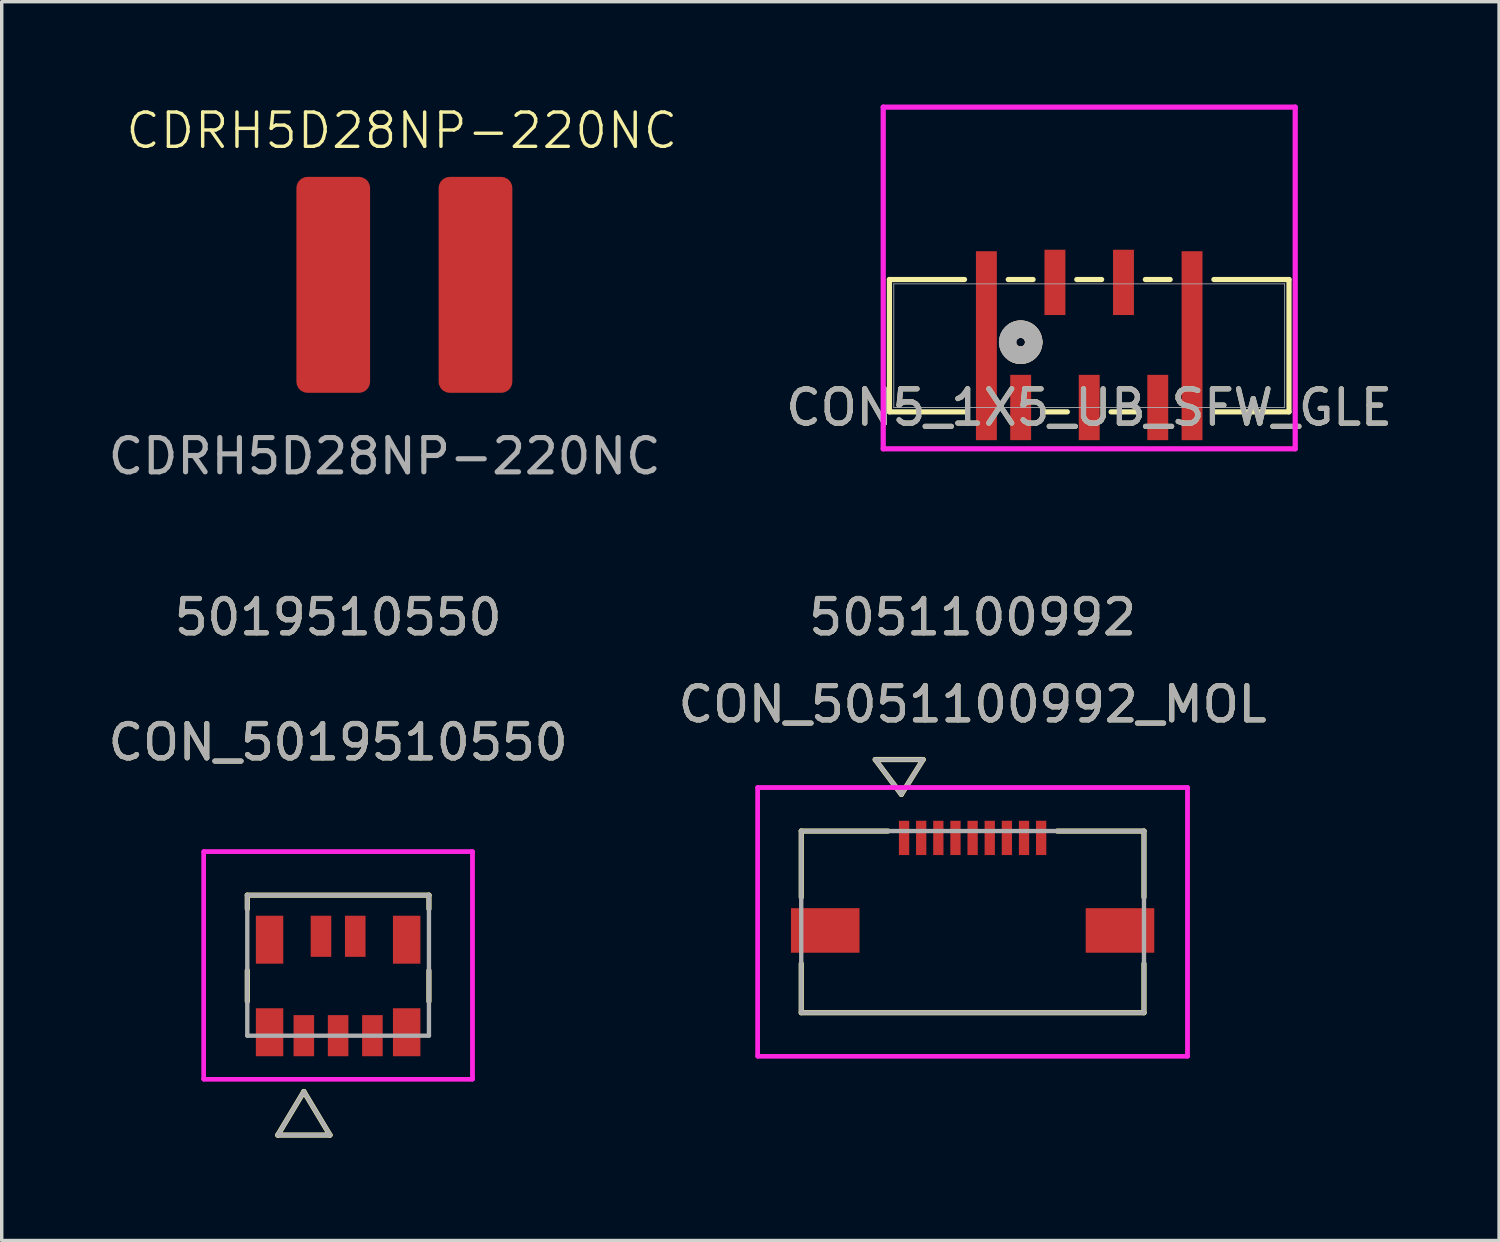
<source format=kicad_pcb>
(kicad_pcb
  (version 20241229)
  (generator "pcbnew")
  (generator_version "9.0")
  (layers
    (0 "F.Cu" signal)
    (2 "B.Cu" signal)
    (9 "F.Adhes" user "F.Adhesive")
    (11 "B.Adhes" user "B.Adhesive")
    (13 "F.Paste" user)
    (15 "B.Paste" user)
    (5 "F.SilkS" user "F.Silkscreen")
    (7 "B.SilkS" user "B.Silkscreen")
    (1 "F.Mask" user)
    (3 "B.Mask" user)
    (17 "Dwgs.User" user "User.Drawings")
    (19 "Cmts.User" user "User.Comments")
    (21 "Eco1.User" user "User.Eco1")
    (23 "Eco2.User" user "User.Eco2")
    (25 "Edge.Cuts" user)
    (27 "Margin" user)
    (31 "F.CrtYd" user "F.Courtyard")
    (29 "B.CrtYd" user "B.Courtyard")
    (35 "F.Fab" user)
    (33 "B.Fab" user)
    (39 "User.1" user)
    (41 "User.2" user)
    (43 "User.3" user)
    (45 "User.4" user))
  (footprint "CON5_1X5_UB_SFW_GLE"
    (layer "F.Cu")
    (at 26.729 8.839)
    (property "Reference" "CON5_1X5_UB_SFW_GLE" (at 2 0 0) (unlocked yes) (layer "F.SilkS") (effects (font (size 1 1) (thickness 0.15))))
    (attr smd)
    (fp_line (start -3.829 -3.734) (end -3.829 0.127) (stroke (width 0.152) (type solid)) (layer "F.SilkS"))
    (fp_line (start -3.829 0.127) (end -1.638 0.127) (stroke (width 0.152) (type solid)) (layer "F.SilkS"))
    (fp_line (start -1.638 -3.734) (end -3.829 -3.734) (stroke (width 0.152) (type solid)) (layer "F.SilkS"))
    (fp_line (start 0.362 -3.734) (end -0.362 -3.734) (stroke (width 0.152) (type solid)) (layer "F.SilkS"))
    (fp_line (start 0.638 0.127) (end 1.362 0.127) (stroke (width 0.152) (type solid)) (layer "F.SilkS"))
    (fp_line (start 2.362 -3.734) (end 1.638 -3.734) (stroke (width 0.152) (type solid)) (layer "F.SilkS"))
    (fp_line (start 2.638 0.127) (end 3.362 0.127) (stroke (width 0.152) (type solid)) (layer "F.SilkS"))
    (fp_line (start 4.362 -3.734) (end 3.638 -3.734) (stroke (width 0.152) (type solid)) (layer "F.SilkS"))
    (fp_line (start 5.638 0.127) (end 7.829 0.127) (stroke (width 0.152) (type solid)) (layer "F.SilkS"))
    (fp_line (start 7.829 -3.734) (end 5.638 -3.734) (stroke (width 0.152) (type solid)) (layer "F.SilkS"))
    (fp_line (start 7.829 0.127) (end 7.829 -3.734) (stroke (width 0.152) (type solid)) (layer "F.SilkS"))
    (fp_arc (start -0.18466 -2.238259) (mid 0.193398 -2.233266) (end 0.381 -1.905) (stroke (width 0.508) (type solid)) (layer "F.SilkS"))
    (fp_arc (start 0.381 -1.905) (mid 0.193398 -1.576734) (end -0.18466 -1.571741) (stroke (width 0.508) (type solid)) (layer "F.SilkS"))
    (fp_circle (center 0 -1.905) (end 0.381 -1.905) (stroke (width 0.508) (type solid)) (fill no) (layer "B.SilkS"))
    (fp_line (start -4.01 -8.763) (end -4.01 1.206) (stroke (width 0.152) (type solid)) (layer "F.CrtYd"))
    (fp_line (start -4.01 1.206) (end 8.01 1.206) (stroke (width 0.152) (type solid)) (layer "F.CrtYd"))
    (fp_line (start 8.01 -8.763) (end -4.01 -8.763) (stroke (width 0.152) (type solid)) (layer "F.CrtYd"))
    (fp_line (start 8.01 1.206) (end 8.01 -8.763) (stroke (width 0.152) (type solid)) (layer "F.CrtYd"))
    (fp_line (start -3.702 -3.607) (end -3.702 0) (stroke (width 0.025) (type solid)) (layer "F.Fab"))
    (fp_line (start -3.702 0) (end 7.702 0) (stroke (width 0.025) (type solid)) (layer "F.Fab"))
    (fp_line (start 7.702 -3.607) (end -3.702 -3.607) (stroke (width 0.025) (type solid)) (layer "F.Fab"))
    (fp_line (start 7.702 0) (end 7.702 -3.607) (stroke (width 0.025) (type solid)) (layer "F.Fab"))
    (fp_circle (center 0 -1.905) (end 0.381 -1.905) (stroke (width 0.508) (type solid)) (fill no) (layer "F.Fab"))
    (fp_text user "${REFERENCE}" (at 2 0 0) (unlocked yes) (layer "F.Fab") (effects (font (size 1 1) (thickness 0.15))))
    (pad "1" smd rect (at 0 0) (size 0.61 1.905) (layers "F.Cu" "F.Mask" "F.Paste"))
    (pad "2" smd rect (at 1 -3.65) (size 0.61 1.905) (layers "F.Cu" "F.Mask" "F.Paste"))
    (pad "3" smd rect (at 2 0) (size 0.61 1.905) (layers "F.Cu" "F.Mask" "F.Paste"))
    (pad "4" smd rect (at 3 -3.65) (size 0.61 1.905) (layers "F.Cu" "F.Mask" "F.Paste"))
    (pad "5" smd rect (at 4 0) (size 0.61 1.905) (layers "F.Cu" "F.Mask" "F.Paste"))
    (pad "6" smd rect (at -1 -1.803) (size 0.61 5.512) (layers "F.Cu" "F.Mask" "F.Paste"))
    (pad "7" smd rect (at 5 -1.803) (size 0.61 5.512) (layers "F.Cu" "F.Mask" "F.Paste")))
  (footprint "CON_5019510550"
    (layer "F.Cu")
    (at 6.815 25.717)
    (property "Reference" "CON_5019510550" (at 0 -7.112 0) (unlocked yes) (layer "F.SilkS") (effects (font (size 1 1) (thickness 0.15))))
    (attr smd)
    (fp_line (start -2.65 -2.65) (end -2.65 -2.25) (stroke (width 0.152) (type solid)) (layer "F.SilkS"))
    (fp_line (start -2.65 -0.45) (end -2.65 0.45) (stroke (width 0.152) (type solid)) (layer "F.SilkS"))
    (fp_line (start -1.761 4.35) (end -0.999 3.08) (stroke (width 0.152) (type solid)) (layer "F.SilkS"))
    (fp_line (start -0.999 3.08) (end -0.237 4.35) (stroke (width 0.152) (type solid)) (layer "F.SilkS"))
    (fp_line (start -0.237 4.35) (end -1.761 4.35) (stroke (width 0.152) (type solid)) (layer "F.SilkS"))
    (fp_line (start 2.65 -2.65) (end -2.65 -2.65) (stroke (width 0.152) (type solid)) (layer "F.SilkS"))
    (fp_line (start 2.65 -2.25) (end 2.65 -2.65) (stroke (width 0.152) (type solid)) (layer "F.SilkS"))
    (fp_line (start 2.65 0.45) (end 2.65 -0.45) (stroke (width 0.152) (type solid)) (layer "F.SilkS"))
    (fp_line (start -3.92 -3.92) (end -3.92 2.72) (stroke (width 0.127) (type solid)) (layer "F.CrtYd"))
    (fp_line (start -3.92 -3.92) (end -3.92 2.72) (stroke (width 0.127) (type solid)) (layer "F.CrtYd"))
    (fp_line (start -3.92 2.72) (end 3.92 2.72) (stroke (width 0.127) (type solid)) (layer "F.CrtYd"))
    (fp_line (start -3.92 2.72) (end 3.92 2.72) (stroke (width 0.127) (type solid)) (layer "F.CrtYd"))
    (fp_line (start 3.92 -3.92) (end -3.92 -3.92) (stroke (width 0.127) (type solid)) (layer "F.CrtYd"))
    (fp_line (start 3.92 -3.92) (end -3.92 -3.92) (stroke (width 0.127) (type solid)) (layer "F.CrtYd"))
    (fp_line (start 3.92 2.72) (end 3.92 -3.92) (stroke (width 0.127) (type solid)) (layer "F.CrtYd"))
    (fp_line (start 3.92 2.72) (end 3.92 -3.92) (stroke (width 0.127) (type solid)) (layer "F.CrtYd"))
    (fp_line (start -2.65 -2.65) (end -2.65 1.45) (stroke (width 0.127) (type solid)) (layer "F.Fab"))
    (fp_line (start -2.65 1.45) (end 2.65 1.45) (stroke (width 0.127) (type solid)) (layer "F.Fab"))
    (fp_line (start -1.761 4.35) (end -0.999 3.08) (stroke (width 0.127) (type solid)) (layer "F.Fab"))
    (fp_line (start -0.999 3.08) (end -0.237 4.35) (stroke (width 0.127) (type solid)) (layer "F.Fab"))
    (fp_line (start -0.237 4.35) (end -1.761 4.35) (stroke (width 0.127) (type solid)) (layer "F.Fab"))
    (fp_line (start 2.65 -2.65) (end -2.65 -2.65) (stroke (width 0.127) (type solid)) (layer "F.Fab"))
    (fp_line (start 2.65 1.45) (end 2.65 -2.65) (stroke (width 0.127) (type solid)) (layer "F.Fab"))
    (fp_text user "5019510550" (at 0 -10.76 0) (unlocked yes) (layer "F.SilkS") (effects (font (size 1 1) (thickness 0.15))))
    (fp_text user "${REFERENCE}" (at 0 -7.112 0) (unlocked yes) (layer "F.Fab") (effects (font (size 1 1) (thickness 0.15))))
    (fp_text user "5019510550" (at 0 -10.76 0) (unlocked yes) (layer "F.Fab") (effects (font (size 1 1) (thickness 0.15))))
    (pad "1" smd rect (at -1 1.45) (size 0.6 1.2) (layers "F.Cu" "F.Mask" "F.Paste"))
    (pad "2" smd rect (at -0.5 -1.45) (size 0.6 1.2) (layers "F.Cu" "F.Mask" "F.Paste"))
    (pad "3" smd rect (at 0 1.45) (size 0.6 1.2) (layers "F.Cu" "F.Mask" "F.Paste"))
    (pad "4" smd rect (at 0.5 -1.45) (size 0.6 1.2) (layers "F.Cu" "F.Mask" "F.Paste"))
    (pad "5" smd rect (at 1 1.45) (size 0.6 1.2) (layers "F.Cu" "F.Mask" "F.Paste"))
    (pad "P1" smd rect (at -2 1.35) (size 0.8 1.4) (layers "F.Cu" "F.Mask" "F.Paste"))
    (pad "P2" smd rect (at 2 1.35) (size 0.8 1.4) (layers "F.Cu" "F.Mask" "F.Paste"))
    (pad "P3" smd rect (at -2 -1.35) (size 0.8 1.4) (layers "F.Cu" "F.Mask" "F.Paste"))
    (pad "P4" smd rect (at 2 -1.35) (size 0.8 1.4) (layers "F.Cu" "F.Mask" "F.Paste")))
  (footprint "CDRH5D28NP-220NC"
    (layer "F.Cu")
    (at 8.673 5.261)
    (property "Reference" "CDRH5D28NP-220NC" (at 0 -4.5 0) (unlocked yes) (layer "F.SilkS") (effects (font (size 1 1) (thickness 0.1))))
    (attr smd)
    (fp_text user "${REFERENCE}" (at -0.5 5 0) (unlocked yes) (layer "F.Fab") (effects (font (size 1 1) (thickness 0.15))))
    (pad "1" smd roundrect (at -2 0) (size 2.15 6.3) (layers "F.Cu" "F.Mask" "F.Paste") (roundrect_rratio 0.15))
    (pad "2" smd roundrect (at 2.15 0) (size 2.15 6.3) (layers "F.Cu" "F.Mask" "F.Paste") (roundrect_rratio 0.15)))
  (footprint "CON_5051100992_MOL"
    (layer "F.Cu")
    (at 25.327 23.847)
    (property "Reference" "CON_5051100992_MOL" (at 0 -6.35 0) (unlocked yes) (layer "F.SilkS") (effects (font (size 1 1) (thickness 0.15))))
    (attr smd)
    (fp_line (start -5 -2.65) (end -5 -0.72) (stroke (width 0.152) (type solid)) (layer "F.SilkS"))
    (fp_line (start -5 1.22) (end -5 2.65) (stroke (width 0.152) (type solid)) (layer "F.SilkS"))
    (fp_line (start -5 2.65) (end 5 2.65) (stroke (width 0.152) (type solid)) (layer "F.SilkS"))
    (fp_line (start -2.841 -4.736) (end -2.079 -3.72) (stroke (width 0.152) (type solid)) (layer "F.SilkS"))
    (fp_line (start -2.841 -4.736) (end -1.444 -4.736) (stroke (width 0.152) (type solid)) (layer "F.SilkS"))
    (fp_line (start -2.47 -2.65) (end -5 -2.65) (stroke (width 0.152) (type solid)) (layer "F.SilkS"))
    (fp_line (start -1.444 -4.736) (end -2.079 -3.72) (stroke (width 0.152) (type solid)) (layer "F.SilkS"))
    (fp_line (start 5 -2.65) (end 2.47 -2.65) (stroke (width 0.152) (type solid)) (layer "F.SilkS"))
    (fp_line (start 5 -0.72) (end 5 -2.65) (stroke (width 0.152) (type solid)) (layer "F.SilkS"))
    (fp_line (start 5 2.65) (end 5 1.22) (stroke (width 0.152) (type solid)) (layer "F.SilkS"))
    (fp_line (start -6.27 -3.92) (end -6.27 3.92) (stroke (width 0.127) (type solid)) (layer "F.CrtYd"))
    (fp_line (start -6.27 -3.92) (end -6.27 3.92) (stroke (width 0.127) (type solid)) (layer "F.CrtYd"))
    (fp_line (start -6.27 3.92) (end 6.27 3.92) (stroke (width 0.127) (type solid)) (layer "F.CrtYd"))
    (fp_line (start -6.27 3.92) (end 6.27 3.92) (stroke (width 0.127) (type solid)) (layer "F.CrtYd"))
    (fp_line (start 6.27 -3.92) (end -6.27 -3.92) (stroke (width 0.127) (type solid)) (layer "F.CrtYd"))
    (fp_line (start 6.27 -3.92) (end -6.27 -3.92) (stroke (width 0.127) (type solid)) (layer "F.CrtYd"))
    (fp_line (start 6.27 3.92) (end 6.27 -3.92) (stroke (width 0.127) (type solid)) (layer "F.CrtYd"))
    (fp_line (start 6.27 3.92) (end 6.27 -3.92) (stroke (width 0.127) (type solid)) (layer "F.CrtYd"))
    (fp_line (start -5 -2.65) (end -5 2.65) (stroke (width 0.127) (type solid)) (layer "F.Fab"))
    (fp_line (start -5 2.65) (end 5 2.65) (stroke (width 0.127) (type solid)) (layer "F.Fab"))
    (fp_line (start -2.841 -4.736) (end -2.079 -3.72) (stroke (width 0.127) (type solid)) (layer "F.Fab"))
    (fp_line (start -2.841 -4.736) (end -1.444 -4.736) (stroke (width 0.127) (type solid)) (layer "F.Fab"))
    (fp_line (start -1.444 -4.736) (end -2.079 -3.72) (stroke (width 0.127) (type solid)) (layer "F.Fab"))
    (fp_line (start 5 -2.65) (end -5 -2.65) (stroke (width 0.127) (type solid)) (layer "F.Fab"))
    (fp_line (start 5 2.65) (end 5 -2.65) (stroke (width 0.127) (type solid)) (layer "F.Fab"))
    (fp_text user "5051100992" (at 0 -8.89 0) (unlocked yes) (layer "F.SilkS") (effects (font (size 1 1) (thickness 0.15))))
    (fp_text user "${REFERENCE}" (at 0 -6.35 0) (unlocked yes) (layer "F.Fab") (effects (font (size 1 1) (thickness 0.15))))
    (fp_text user "5051100992" (at 0 -8.89 0) (unlocked yes) (layer "F.Fab") (effects (font (size 1 1) (thickness 0.15))))
    (pad "1" smd rect (at -2 -2.45) (size 0.3 1) (layers "F.Cu" "F.Mask" "F.Paste"))
    (pad "2" smd rect (at -1.5 -2.45) (size 0.3 1) (layers "F.Cu" "F.Mask" "F.Paste"))
    (pad "3" smd rect (at -1 -2.45) (size 0.3 1) (layers "F.Cu" "F.Mask" "F.Paste"))
    (pad "4" smd rect (at -0.5 -2.45) (size 0.3 1) (layers "F.Cu" "F.Mask" "F.Paste"))
    (pad "5" smd rect (at 0 -2.45) (size 0.3 1) (layers "F.Cu" "F.Mask" "F.Paste"))
    (pad "6" smd rect (at 0.5 -2.45) (size 0.3 1) (layers "F.Cu" "F.Mask" "F.Paste"))
    (pad "7" smd rect (at 1 -2.45) (size 0.3 1) (layers "F.Cu" "F.Mask" "F.Paste"))
    (pad "8" smd rect (at 1.5 -2.45) (size 0.3 1) (layers "F.Cu" "F.Mask" "F.Paste"))
    (pad "9" smd rect (at 2 -2.45) (size 0.3 1) (layers "F.Cu" "F.Mask" "F.Paste"))
    (pad "P1" smd rect (at -4.3 0.25) (size 2 1.3) (layers "F.Cu" "F.Mask" "F.Paste"))
    (pad "P2" smd rect (at 4.3 0.25) (size 2 1.3) (layers "F.Cu" "F.Mask" "F.Paste")))
  (gr_rect
    (start -3 -3)
    (end 40.687 33.143)
    (stroke (width 0.1) (type default))
    (fill no)
    (layer "Edge.Cuts")))
</source>
